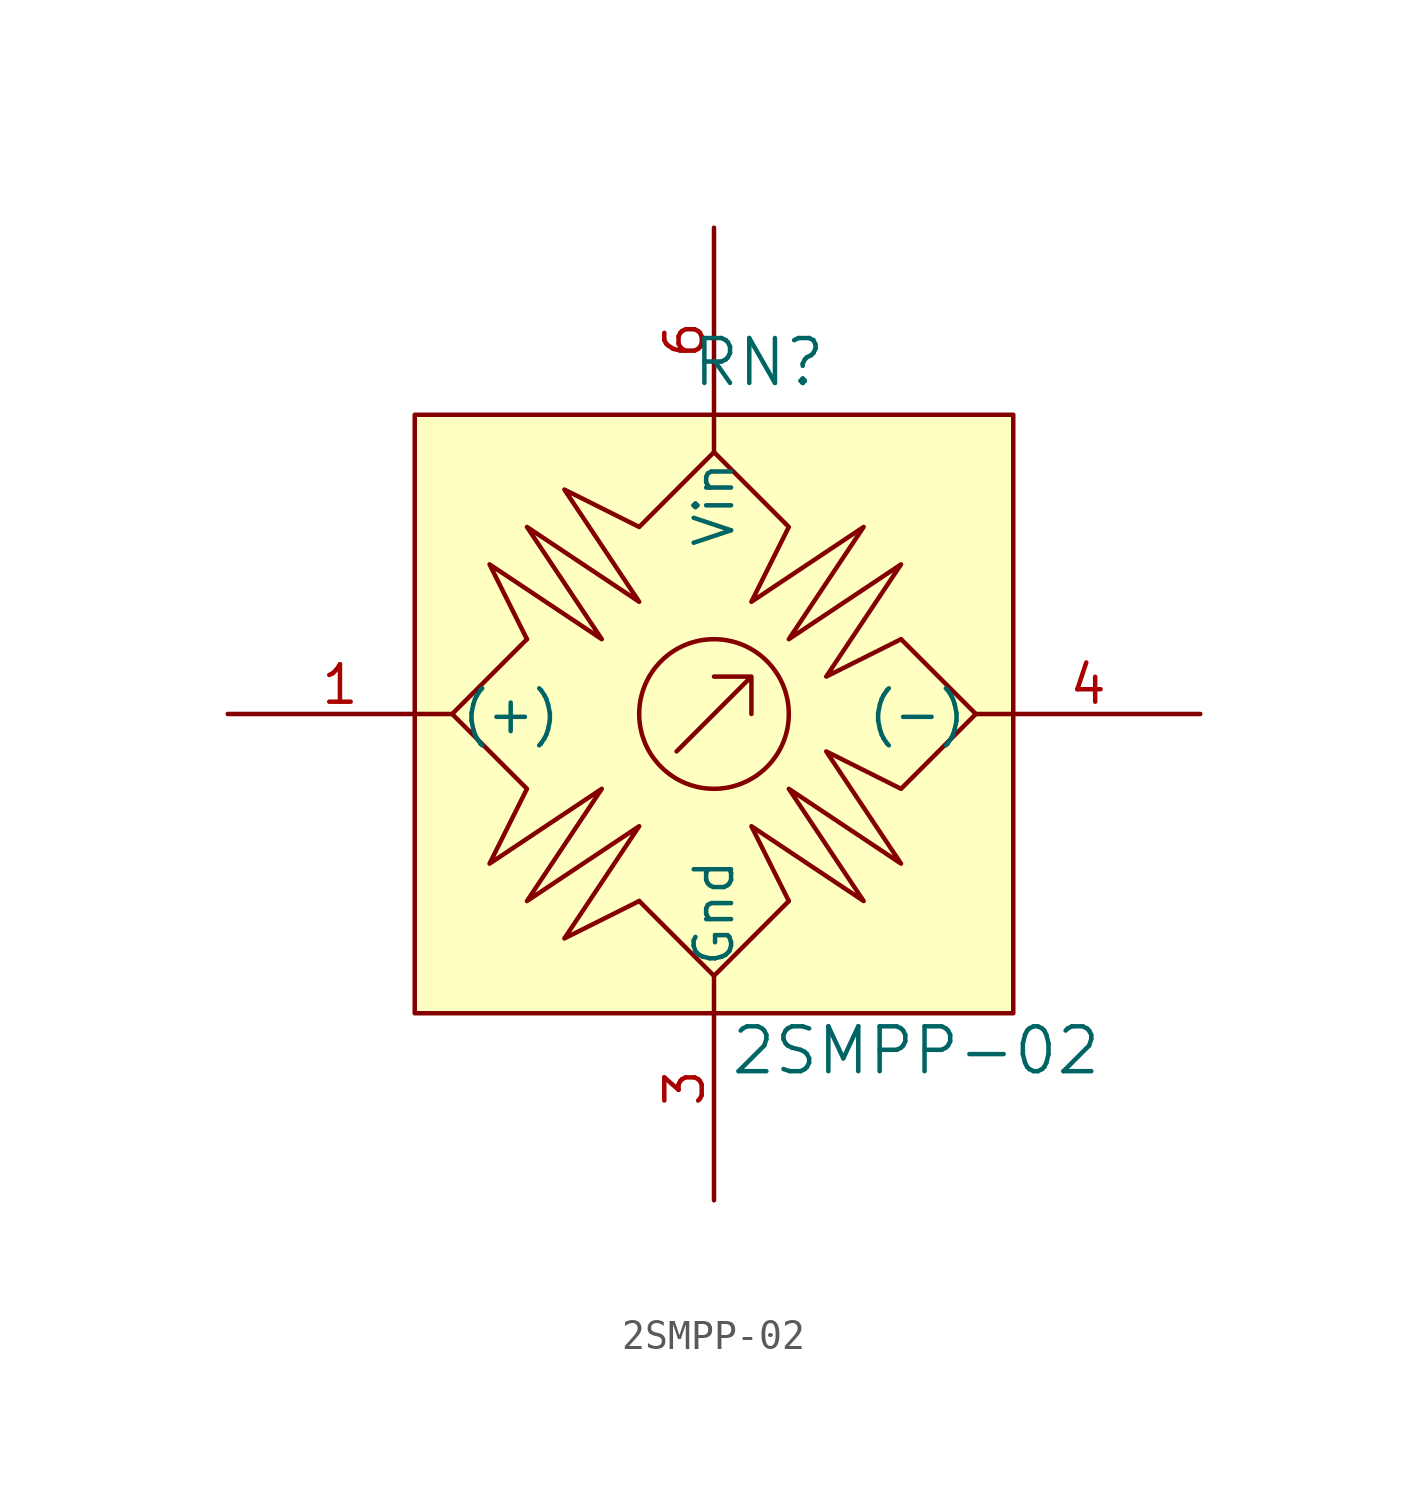
<source format=kicad_sym>
(kicad_symbol_lib
  (version 20241209)
  (generator "kicad_symbol_editor")
  (generator_version "9.0")
  (symbol "2SMPP-02"
    (pin_names
      (offset 0.254))
    (property "Reference" "RN"
      (at 1.524 11.938 0)
      (effects (font (size 1.524 1.524))))
    (property "Value" "2SMPP-02"
      (at 6.858 -11.43 0)
      (effects (font (size 1.524 1.524))))
    (symbol "2SMPP-02_0_1"
      (pin passive line (at -16.51 0 0) (length 7.62) (name "(+)" (effects (font (size 1.27 1.27)))) (number "1" (effects (font (size 1.27 1.27)))))
      (pin power_in line (at 0 16.51 270) (length 7.62) (name "Vin" (effects (font (size 1.27 1.27)))) (number "6" (effects (font (size 1.27 1.27)))))
      (pin power_out line (at 0 -16.51 90) (length 7.62) (name "Gnd" (effects (font (size 1.27 1.27)))) (number "3" (effects (font (size 1.27 1.27)))))
      (pin passive line (at 16.51 0 180) (length 7.62) (name "(-)" (effects (font (size 1.27 1.27)))) (number "4" (effects (font (size 1.27 1.27))))))
    (symbol "2SMPP-02_1_1"
      (rectangle (start -10.16 10.16) (end 10.16 -10.16) (stroke (width 0) (type solid)) (fill (type background)))
      (polyline (pts (xy -8.89 0) (xy -6.35 -2.54) (xy -7.62 -5.08) (xy -3.81 -2.54) (xy -6.35 -6.35) (xy -2.54 -3.81) (xy -5.08 -7.62) (xy -2.54 -6.35)) (stroke (width 0) (type default)) (fill (type none)))
      (polyline (pts (xy -6.35 2.54) (xy -8.89 0)) (stroke (width 0) (type default)) (fill (type none)))
      (polyline (pts (xy -2.54 -6.35) (xy 0 -8.89) (xy 2.54 -6.35)) (stroke (width 0) (type default)) (fill (type none)))
      (polyline (pts (xy -1.27 -1.27) (xy 1.27 1.27) (xy 1.27 0) (xy 1.27 1.27) (xy 0 1.27)) (stroke (width 0) (type default)) (fill (type none)))
      (polyline (pts (xy 0 8.89) (xy -2.54 6.35) (xy -5.08 7.62) (xy -2.54 3.81) (xy -6.35 6.35) (xy -3.81 2.54) (xy -7.62 5.08) (xy -6.35 2.54)) (stroke (width 0) (type default)) (fill (type none)))
      (polyline (pts (xy 0 8.89) (xy 2.54 6.35) (xy 1.27 3.81) (xy 5.08 6.35) (xy 2.54 2.54) (xy 6.35 5.08) (xy 3.81 1.27) (xy 6.35 2.54)) (stroke (width 0) (type default)) (fill (type none)))
      (circle (center 0 0) (radius 2.54) (stroke (width 0) (type default)) (fill (type none)))
      (polyline (pts (xy 6.35 2.54) (xy 8.89 0)) (stroke (width 0) (type default)) (fill (type none)))
      (polyline (pts (xy 8.89 0) (xy 6.35 -2.54) (xy 3.81 -1.27) (xy 6.35 -5.08) (xy 2.54 -2.54) (xy 5.08 -6.35) (xy 1.27 -3.81) (xy 2.54 -6.35)) (stroke (width 0) (type default)) (fill (type none))))))
</source>
